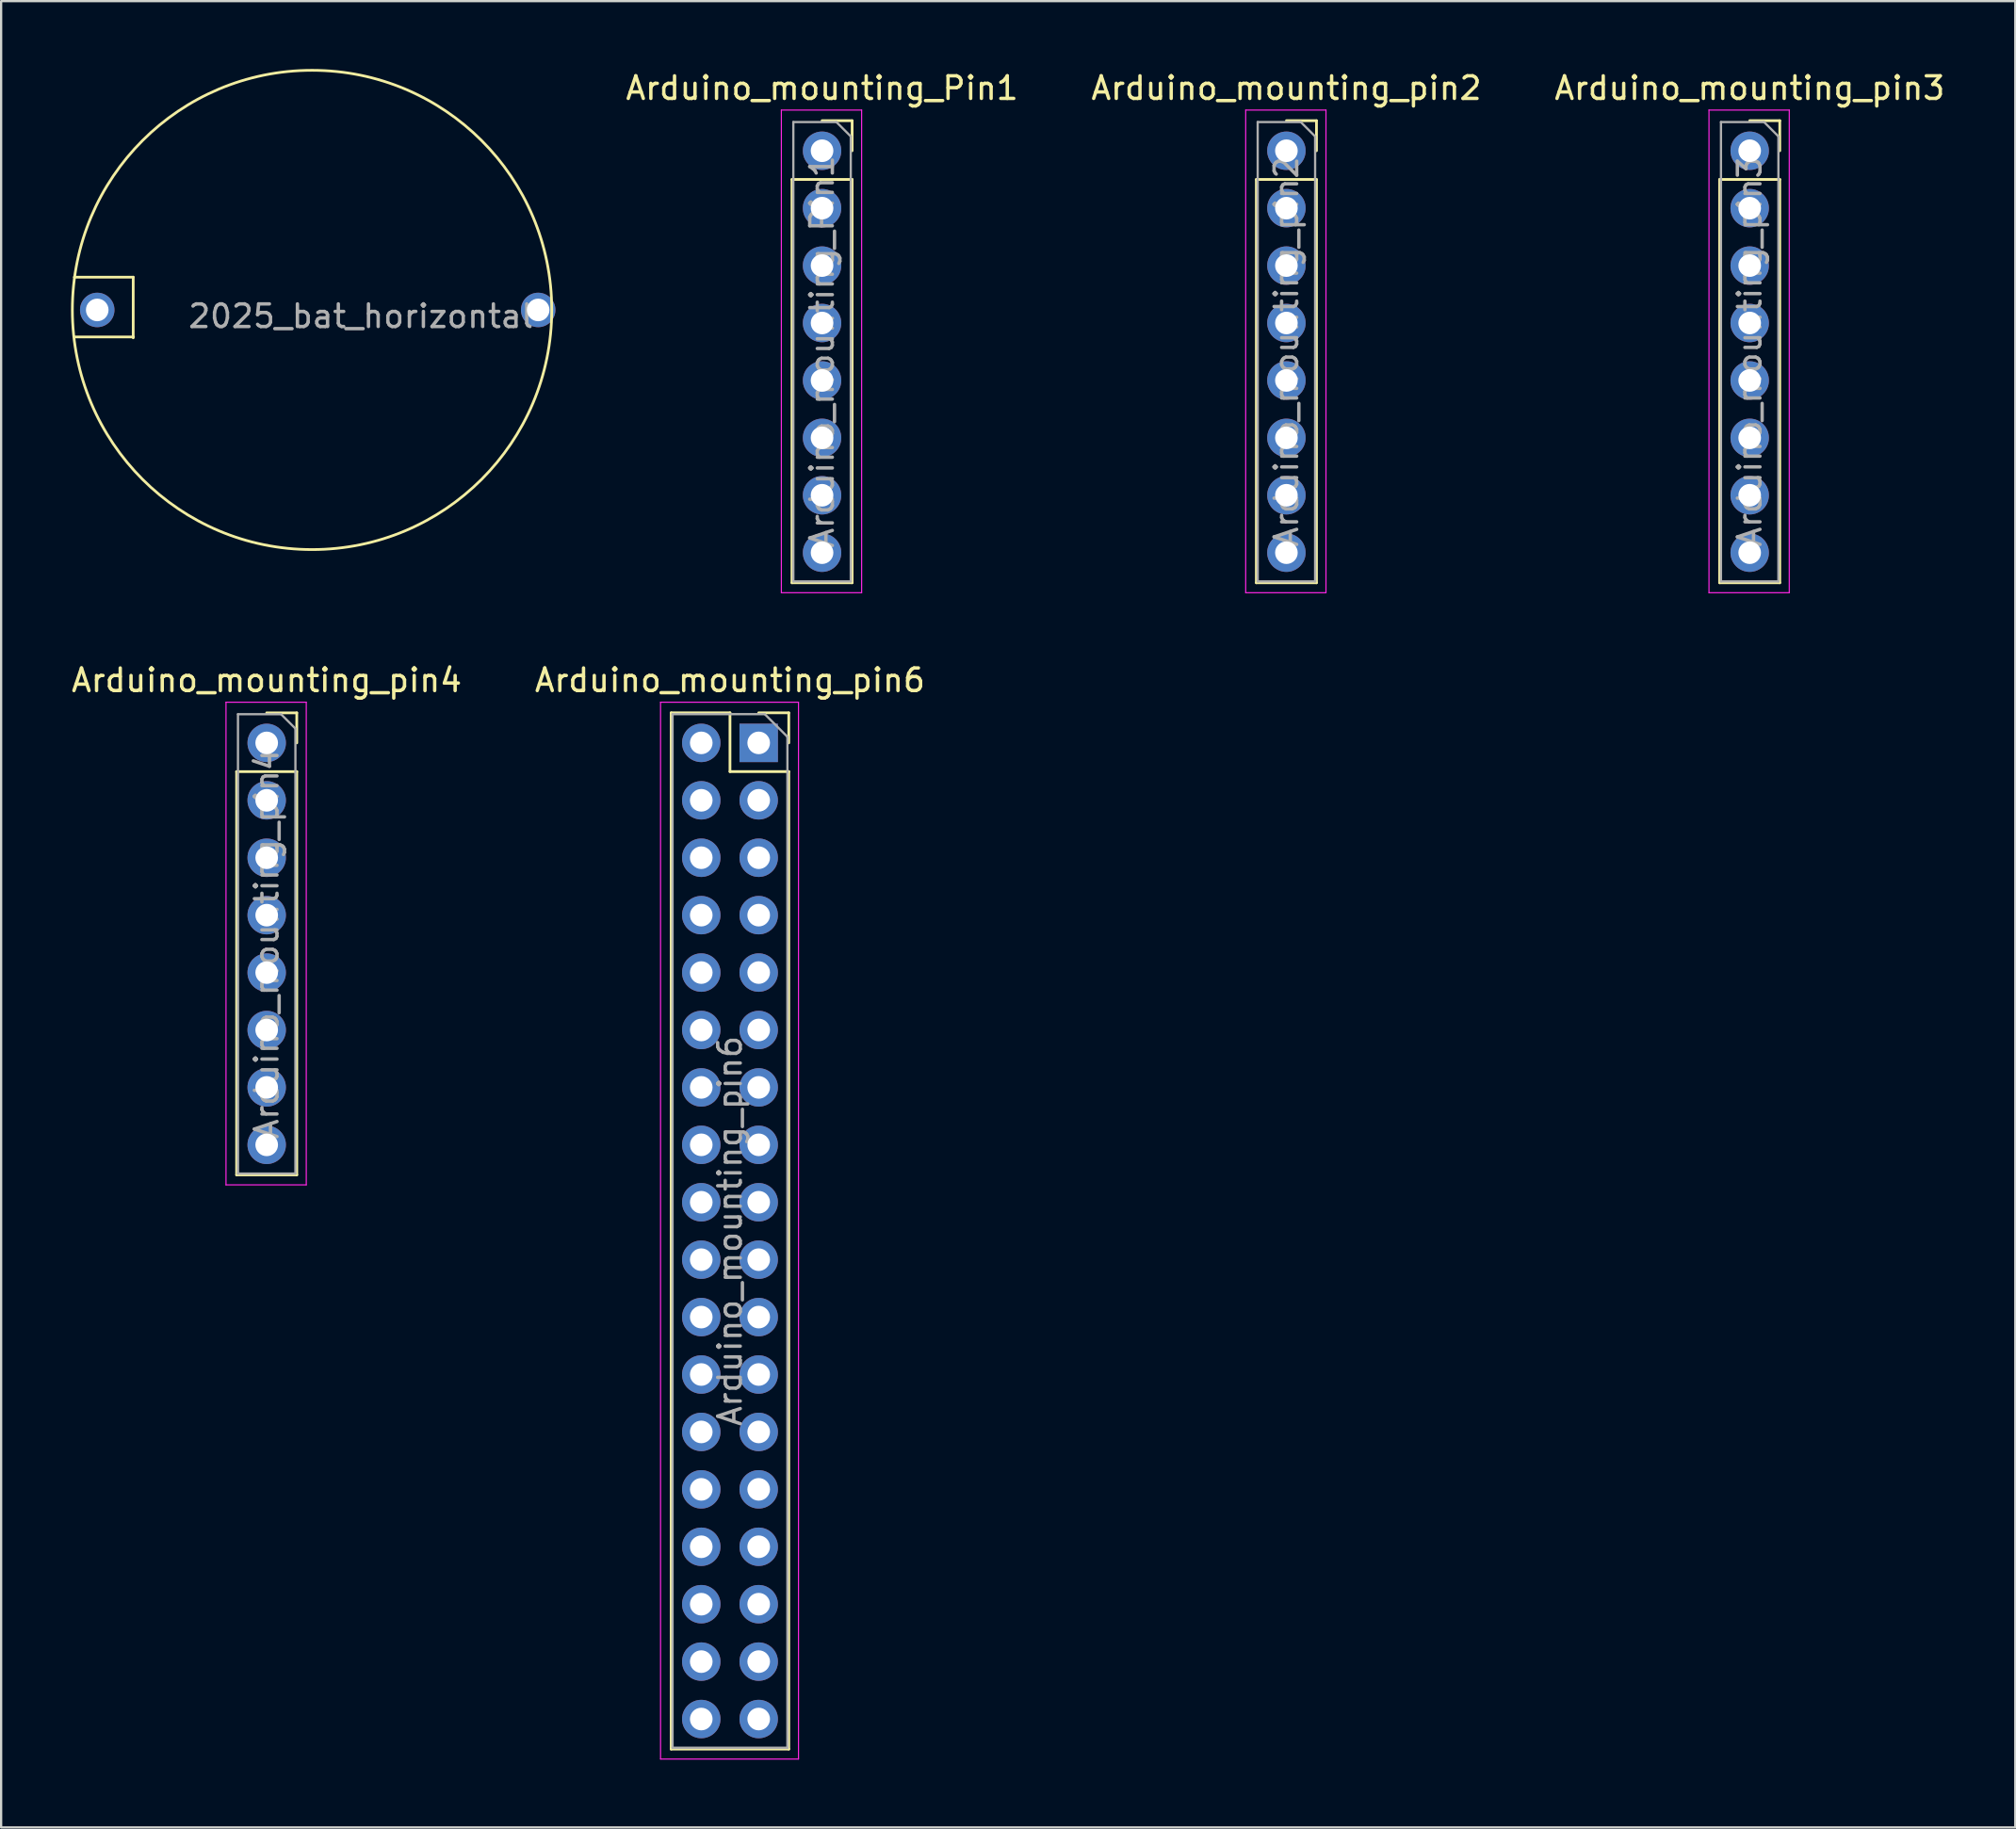
<source format=kicad_pcb>
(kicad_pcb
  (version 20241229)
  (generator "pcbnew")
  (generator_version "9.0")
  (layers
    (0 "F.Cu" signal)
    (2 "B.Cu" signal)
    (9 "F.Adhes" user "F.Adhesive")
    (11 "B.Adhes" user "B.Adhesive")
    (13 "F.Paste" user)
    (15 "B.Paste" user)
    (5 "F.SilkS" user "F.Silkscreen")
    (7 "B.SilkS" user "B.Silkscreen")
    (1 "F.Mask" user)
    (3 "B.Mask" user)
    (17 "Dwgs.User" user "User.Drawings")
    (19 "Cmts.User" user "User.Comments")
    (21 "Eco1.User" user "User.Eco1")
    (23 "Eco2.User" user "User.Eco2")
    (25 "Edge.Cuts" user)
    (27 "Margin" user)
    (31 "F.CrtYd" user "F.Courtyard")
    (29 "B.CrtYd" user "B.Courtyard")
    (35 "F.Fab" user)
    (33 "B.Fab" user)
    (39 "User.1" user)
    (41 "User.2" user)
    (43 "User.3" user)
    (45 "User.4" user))
  (footprint "Arduino_mounting_pin4"
    (layer "F.Cu")
    (at 8.744 32.352)
    (property "Reference" "Arduino_mounting_pin4" (at 0 -5.31 0) (layer "F.SilkS") (effects (font (size 1 1) (thickness 0.15))))
    (attr through_hole)
    (fp_line (start -1.33 -1.27) (end -1.33 16.57) (stroke (width 0.12) (type solid)) (layer "F.SilkS"))
    (fp_line (start -1.33 -1.27) (end 1.33 -1.27) (stroke (width 0.12) (type solid)) (layer "F.SilkS"))
    (fp_line (start -1.33 16.57) (end 1.33 16.57) (stroke (width 0.12) (type solid)) (layer "F.SilkS"))
    (fp_line (start 0 -3.87) (end 1.33 -3.87) (stroke (width 0.12) (type solid)) (layer "F.SilkS"))
    (fp_line (start 1.33 -3.87) (end 1.33 -2.54) (stroke (width 0.12) (type solid)) (layer "F.SilkS"))
    (fp_line (start 1.33 -1.27) (end 1.33 16.57) (stroke (width 0.12) (type solid)) (layer "F.SilkS"))
    (fp_line (start -1.8 -4.34) (end 1.75 -4.34) (stroke (width 0.05) (type solid)) (layer "F.CrtYd"))
    (fp_line (start -1.8 17.01) (end -1.8 -4.34) (stroke (width 0.05) (type solid)) (layer "F.CrtYd"))
    (fp_line (start 1.75 -4.34) (end 1.75 17.01) (stroke (width 0.05) (type solid)) (layer "F.CrtYd"))
    (fp_line (start 1.75 17.01) (end -1.8 17.01) (stroke (width 0.05) (type solid)) (layer "F.CrtYd"))
    (fp_line (start -1.27 -3.81) (end 0.635 -3.81) (stroke (width 0.1) (type solid)) (layer "F.Fab"))
    (fp_line (start -1.27 16.51) (end -1.27 -3.81) (stroke (width 0.1) (type solid)) (layer "F.Fab"))
    (fp_line (start 0.635 -3.81) (end 1.27 -3.175) (stroke (width 0.1) (type solid)) (layer "F.Fab"))
    (fp_line (start 1.27 -3.175) (end 1.27 16.51) (stroke (width 0.1) (type solid)) (layer "F.Fab"))
    (fp_line (start 1.27 16.51) (end -1.27 16.51) (stroke (width 0.1) (type solid)) (layer "F.Fab"))
    (fp_text user "${REFERENCE}" (at 0 6.35 90) (layer "F.Fab") (effects (font (size 1 1) (thickness 0.15))))
    (pad "0" thru_hole oval (at 0 15.24) (size 1.7 1.7) (drill 1) (layers "*.Cu" "*.Mask"))
    (pad "1" thru_hole oval (at 0 12.7) (size 1.7 1.7) (drill 1) (layers "*.Cu" "*.Mask"))
    (pad "2" thru_hole oval (at 0 10.16) (size 1.7 1.7) (drill 1) (layers "*.Cu" "*.Mask"))
    (pad "3" thru_hole oval (at 0 7.62) (size 1.7 1.7) (drill 1) (layers "*.Cu" "*.Mask"))
    (pad "4" thru_hole oval (at 0 5.08) (size 1.7 1.7) (drill 1) (layers "*.Cu" "*.Mask"))
    (pad "5" thru_hole oval (at 0 2.54) (size 1.7 1.7) (drill 1) (layers "*.Cu" "*.Mask"))
    (pad "6" thru_hole oval (at 0 0) (size 1.7 1.7) (drill 1) (layers "*.Cu" "*.Mask"))
    (pad "7" thru_hole circle (at 0 -2.54) (size 1.7 1.7) (drill 1) (layers "*.Cu" "*.Mask")))
  (footprint "Arduino_mounting_pin3"
    (layer "F.Cu")
    (at 74.327 6.158)
    (property "Reference" "Arduino_mounting_pin3" (at 0 -5.31 0) (layer "F.SilkS") (effects (font (size 1 1) (thickness 0.15))))
    (attr through_hole)
    (fp_line (start -1.33 -1.27) (end -1.33 16.57) (stroke (width 0.12) (type solid)) (layer "F.SilkS"))
    (fp_line (start -1.33 -1.27) (end 1.33 -1.27) (stroke (width 0.12) (type solid)) (layer "F.SilkS"))
    (fp_line (start -1.33 16.57) (end 1.33 16.57) (stroke (width 0.12) (type solid)) (layer "F.SilkS"))
    (fp_line (start 0 -3.87) (end 1.33 -3.87) (stroke (width 0.12) (type solid)) (layer "F.SilkS"))
    (fp_line (start 1.33 -3.87) (end 1.33 -2.54) (stroke (width 0.12) (type solid)) (layer "F.SilkS"))
    (fp_line (start 1.33 -1.27) (end 1.33 16.57) (stroke (width 0.12) (type solid)) (layer "F.SilkS"))
    (fp_line (start -1.8 -4.34) (end 1.75 -4.34) (stroke (width 0.05) (type solid)) (layer "F.CrtYd"))
    (fp_line (start -1.8 17.01) (end -1.8 -4.34) (stroke (width 0.05) (type solid)) (layer "F.CrtYd"))
    (fp_line (start 1.75 -4.34) (end 1.75 17.01) (stroke (width 0.05) (type solid)) (layer "F.CrtYd"))
    (fp_line (start 1.75 17.01) (end -1.8 17.01) (stroke (width 0.05) (type solid)) (layer "F.CrtYd"))
    (fp_line (start -1.27 -3.81) (end 0.635 -3.81) (stroke (width 0.1) (type solid)) (layer "F.Fab"))
    (fp_line (start -1.27 16.51) (end -1.27 -3.81) (stroke (width 0.1) (type solid)) (layer "F.Fab"))
    (fp_line (start 0.635 -3.81) (end 1.27 -3.175) (stroke (width 0.1) (type solid)) (layer "F.Fab"))
    (fp_line (start 1.27 -3.175) (end 1.27 16.51) (stroke (width 0.1) (type solid)) (layer "F.Fab"))
    (fp_line (start 1.27 16.51) (end -1.27 16.51) (stroke (width 0.1) (type solid)) (layer "F.Fab"))
    (fp_text user "${REFERENCE}" (at 0 6.35 90) (layer "F.Fab") (effects (font (size 1 1) (thickness 0.15))))
    (pad "A8" thru_hole circle (at 0 -2.54) (size 1.7 1.7) (drill 1) (layers "*.Cu" "*.Mask"))
    (pad "A9" thru_hole oval (at 0 0) (size 1.7 1.7) (drill 1) (layers "*.Cu" "*.Mask"))
    (pad "A10" thru_hole oval (at 0 2.54) (size 1.7 1.7) (drill 1) (layers "*.Cu" "*.Mask"))
    (pad "A11" thru_hole oval (at 0 5.08) (size 1.7 1.7) (drill 1) (layers "*.Cu" "*.Mask"))
    (pad "CANRX" thru_hole oval (at 0 12.7) (size 1.7 1.7) (drill 1) (layers "*.Cu" "*.Mask"))
    (pad "CANTX" thru_hole oval (at 0 15.24) (size 1.7 1.7) (drill 1) (layers "*.Cu" "*.Mask"))
    (pad "DAC0" thru_hole oval (at 0 7.62) (size 1.7 1.7) (drill 1) (layers "*.Cu" "*.Mask"))
    (pad "DAC1" thru_hole oval (at 0 10.16) (size 1.7 1.7) (drill 1) (layers "*.Cu" "*.Mask")))
  (footprint "Arduino_mounting_pin6"
    (layer "F.Cu")
    (at 30.502 29.811)
    (property "Reference" "Arduino_mounting_pin6" (at -1.27 -2.77 0) (layer "F.SilkS") (effects (font (size 1 1) (thickness 0.15))))
    (attr through_hole)
    (fp_line (start -3.87 -1.33) (end -3.87 44.51) (stroke (width 0.12) (type solid)) (layer "F.SilkS"))
    (fp_line (start -3.87 -1.33) (end -1.27 -1.33) (stroke (width 0.12) (type solid)) (layer "F.SilkS"))
    (fp_line (start -3.87 44.51) (end 1.33 44.51) (stroke (width 0.12) (type solid)) (layer "F.SilkS"))
    (fp_line (start -1.27 -1.33) (end -1.27 1.27) (stroke (width 0.12) (type solid)) (layer "F.SilkS"))
    (fp_line (start -1.27 1.27) (end 1.33 1.27) (stroke (width 0.12) (type solid)) (layer "F.SilkS"))
    (fp_line (start 0 -1.33) (end 1.33 -1.33) (stroke (width 0.12) (type solid)) (layer "F.SilkS"))
    (fp_line (start 1.33 -1.33) (end 1.33 0) (stroke (width 0.12) (type solid)) (layer "F.SilkS"))
    (fp_line (start 1.33 1.27) (end 1.33 44.51) (stroke (width 0.12) (type solid)) (layer "F.SilkS"))
    (fp_line (start -4.34 -1.8) (end 1.76 -1.8) (stroke (width 0.05) (type solid)) (layer "F.CrtYd"))
    (fp_line (start -4.34 44.95) (end -4.34 -1.8) (stroke (width 0.05) (type solid)) (layer "F.CrtYd"))
    (fp_line (start 1.76 -1.8) (end 1.76 44.95) (stroke (width 0.05) (type solid)) (layer "F.CrtYd"))
    (fp_line (start 1.76 44.95) (end -4.34 44.95) (stroke (width 0.05) (type solid)) (layer "F.CrtYd"))
    (fp_line (start -3.81 -1.27) (end 0.27 -1.27) (stroke (width 0.1) (type solid)) (layer "F.Fab"))
    (fp_line (start -3.81 44.45) (end -3.81 -1.27) (stroke (width 0.1) (type solid)) (layer "F.Fab"))
    (fp_line (start 0.27 -1.27) (end 1.27 -0.27) (stroke (width 0.1) (type solid)) (layer "F.Fab"))
    (fp_line (start 1.27 -0.27) (end 1.27 44.45) (stroke (width 0.1) (type solid)) (layer "F.Fab"))
    (fp_line (start 1.27 44.45) (end -3.81 44.45) (stroke (width 0.1) (type solid)) (layer "F.Fab"))
    (fp_text user "${REFERENCE}" (at -1.27 21.59 90) (layer "F.Fab") (effects (font (size 1 1) (thickness 0.15))))
    (pad "5v" thru_hole oval (at -2.54 43.18) (size 1.7 1.7) (drill 1) (layers "*.Cu" "*.Mask"))
    (pad "5v" thru_hole oval (at 0 43.18) (size 1.7 1.7) (drill 1) (layers "*.Cu" "*.Mask"))
    (pad "22" thru_hole oval (at 0 40.64) (size 1.7 1.7) (drill 1) (layers "*.Cu" "*.Mask"))
    (pad "23" thru_hole oval (at -2.54 40.64) (size 1.7 1.7) (drill 1) (layers "*.Cu" "*.Mask"))
    (pad "24" thru_hole oval (at 0 38.1) (size 1.7 1.7) (drill 1) (layers "*.Cu" "*.Mask"))
    (pad "25" thru_hole oval (at -2.54 38.1) (size 1.7 1.7) (drill 1) (layers "*.Cu" "*.Mask"))
    (pad "26" thru_hole oval (at 0 35.56) (size 1.7 1.7) (drill 1) (layers "*.Cu" "*.Mask"))
    (pad "27" thru_hole oval (at -2.54 35.56) (size 1.7 1.7) (drill 1) (layers "*.Cu" "*.Mask"))
    (pad "28" thru_hole oval (at 0 33.02) (size 1.7 1.7) (drill 1) (layers "*.Cu" "*.Mask"))
    (pad "29" thru_hole oval (at -2.54 33.02) (size 1.7 1.7) (drill 1) (layers "*.Cu" "*.Mask"))
    (pad "30" thru_hole oval (at 0 30.48) (size 1.7 1.7) (drill 1) (layers "*.Cu" "*.Mask"))
    (pad "31" thru_hole oval (at -2.54 30.48) (size 1.7 1.7) (drill 1) (layers "*.Cu" "*.Mask"))
    (pad "32" thru_hole oval (at 0 27.94) (size 1.7 1.7) (drill 1) (layers "*.Cu" "*.Mask"))
    (pad "33" thru_hole oval (at -2.54 27.94) (size 1.7 1.7) (drill 1) (layers "*.Cu" "*.Mask"))
    (pad "34" thru_hole oval (at 0 25.4) (size 1.7 1.7) (drill 1) (layers "*.Cu" "*.Mask"))
    (pad "35" thru_hole oval (at -2.54 25.4) (size 1.7 1.7) (drill 1) (layers "*.Cu" "*.Mask"))
    (pad "36" thru_hole oval (at 0 22.86) (size 1.7 1.7) (drill 1) (layers "*.Cu" "*.Mask"))
    (pad "37" thru_hole oval (at -2.54 22.86) (size 1.7 1.7) (drill 1) (layers "*.Cu" "*.Mask"))
    (pad "38" thru_hole oval (at 0 20.32) (size 1.7 1.7) (drill 1) (layers "*.Cu" "*.Mask"))
    (pad "39" thru_hole oval (at -2.54 20.32) (size 1.7 1.7) (drill 1) (layers "*.Cu" "*.Mask"))
    (pad "40" thru_hole oval (at 0 17.78) (size 1.7 1.7) (drill 1) (layers "*.Cu" "*.Mask"))
    (pad "41" thru_hole oval (at -2.54 17.78) (size 1.7 1.7) (drill 1) (layers "*.Cu" "*.Mask"))
    (pad "42" thru_hole oval (at 0 15.24) (size 1.7 1.7) (drill 1) (layers "*.Cu" "*.Mask"))
    (pad "43" thru_hole oval (at -2.54 15.24) (size 1.7 1.7) (drill 1) (layers "*.Cu" "*.Mask"))
    (pad "44" thru_hole oval (at 0 12.7) (size 1.7 1.7) (drill 1) (layers "*.Cu" "*.Mask"))
    (pad "45" thru_hole oval (at -2.54 12.7) (size 1.7 1.7) (drill 1) (layers "*.Cu" "*.Mask"))
    (pad "46" thru_hole oval (at 0 10.16) (size 1.7 1.7) (drill 1) (layers "*.Cu" "*.Mask"))
    (pad "47" thru_hole oval (at -2.54 10.16) (size 1.7 1.7) (drill 1) (layers "*.Cu" "*.Mask"))
    (pad "48" thru_hole oval (at 0 7.62) (size 1.7 1.7) (drill 1) (layers "*.Cu" "*.Mask"))
    (pad "49" thru_hole oval (at -2.54 7.62) (size 1.7 1.7) (drill 1) (layers "*.Cu" "*.Mask"))
    (pad "50" thru_hole oval (at 0 5.08) (size 1.7 1.7) (drill 1) (layers "*.Cu" "*.Mask"))
    (pad "51" thru_hole oval (at -2.54 5.08) (size 1.7 1.7) (drill 1) (layers "*.Cu" "*.Mask"))
    (pad "52" thru_hole oval (at 0 2.54) (size 1.7 1.7) (drill 1) (layers "*.Cu" "*.Mask"))
    (pad "53" thru_hole oval (at -2.54 2.54) (size 1.7 1.7) (drill 1) (layers "*.Cu" "*.Mask"))
    (pad "GND" thru_hole oval (at -2.54 0) (size 1.7 1.7) (drill 1) (layers "*.Cu" "*.Mask"))
    (pad "GND" thru_hole rect (at 0 0) (size 1.7 1.7) (drill 1) (layers "*.Cu" "*.Mask")))
  (footprint "Arduino_mounting_Pin1"
    (layer "F.Cu")
    (at 33.304 6.158)
    (property "Reference" "Arduino_mounting_Pin1" (at 0 -5.31 0) (layer "F.SilkS") (effects (font (size 1 1) (thickness 0.15))))
    (attr through_hole)
    (fp_line (start -1.33 -1.27) (end -1.33 16.57) (stroke (width 0.12) (type solid)) (layer "F.SilkS"))
    (fp_line (start -1.33 -1.27) (end 1.33 -1.27) (stroke (width 0.12) (type solid)) (layer "F.SilkS"))
    (fp_line (start -1.33 16.57) (end 1.33 16.57) (stroke (width 0.12) (type solid)) (layer "F.SilkS"))
    (fp_line (start 0 -3.87) (end 1.33 -3.87) (stroke (width 0.12) (type solid)) (layer "F.SilkS"))
    (fp_line (start 1.33 -3.87) (end 1.33 -2.54) (stroke (width 0.12) (type solid)) (layer "F.SilkS"))
    (fp_line (start 1.33 -1.27) (end 1.33 16.57) (stroke (width 0.12) (type solid)) (layer "F.SilkS"))
    (fp_line (start -1.8 -4.34) (end 1.75 -4.34) (stroke (width 0.05) (type solid)) (layer "F.CrtYd"))
    (fp_line (start -1.8 17.01) (end -1.8 -4.34) (stroke (width 0.05) (type solid)) (layer "F.CrtYd"))
    (fp_line (start 1.75 -4.34) (end 1.75 17.01) (stroke (width 0.05) (type solid)) (layer "F.CrtYd"))
    (fp_line (start 1.75 17.01) (end -1.8 17.01) (stroke (width 0.05) (type solid)) (layer "F.CrtYd"))
    (fp_line (start -1.27 -3.81) (end 0.635 -3.81) (stroke (width 0.1) (type solid)) (layer "F.Fab"))
    (fp_line (start -1.27 16.51) (end -1.27 -3.81) (stroke (width 0.1) (type solid)) (layer "F.Fab"))
    (fp_line (start 0.635 -3.81) (end 1.27 -3.175) (stroke (width 0.1) (type solid)) (layer "F.Fab"))
    (fp_line (start 1.27 -3.175) (end 1.27 16.51) (stroke (width 0.1) (type solid)) (layer "F.Fab"))
    (fp_line (start 1.27 16.51) (end -1.27 16.51) (stroke (width 0.1) (type solid)) (layer "F.Fab"))
    (fp_text user "${REFERENCE}" (at 0 6.35 90) (layer "F.Fab") (effects (font (size 1 1) (thickness 0.15))))
    (pad "1" thru_hole circle (at 0 -2.54) (size 1.7 1.7) (drill 1) (layers "*.Cu" "*.Mask"))
    (pad "3.3V" thru_hole oval (at 0 5.08) (size 1.7 1.7) (drill 1) (layers "*.Cu" "*.Mask"))
    (pad "5V" thru_hole oval (at 0 7.62) (size 1.7 1.7) (drill 1) (layers "*.Cu" "*.Mask"))
    (pad "GND" thru_hole oval (at 0 10.16) (size 1.7 1.7) (drill 1) (layers "*.Cu" "*.Mask"))
    (pad "GND" thru_hole oval (at 0 12.7) (size 1.7 1.7) (drill 1) (layers "*.Cu" "*.Mask"))
    (pad "IoREF" thru_hole oval (at 0 0) (size 1.7 1.7) (drill 1) (layers "*.Cu" "*.Mask"))
    (pad "RESET" thru_hole oval (at 0 2.54) (size 1.7 1.7) (drill 1) (layers "*.Cu" "*.Mask"))
    (pad "VIN" thru_hole oval (at 0 15.24) (size 1.7 1.7) (drill 1) (layers "*.Cu" "*.Mask")))
  (footprint "2025_bat_horizontal"
    (layer "F.Cu")
    (at 0.25 10.66)
    (property "Reference" "2025_bat_horizontal" (at 12.662 0.277 0) (layer "F.Fab") (effects (font (size 1 1) (thickness 0.15))))
    (attr through_hole)
    (fp_line (start -0.013 -1.45) (end 2.591 -1.45) (stroke (width 0.12) (type solid)) (layer "F.SilkS"))
    (fp_line (start 0 1.194) (end 2.603 1.194) (stroke (width 0.12) (type solid)) (layer "F.SilkS"))
    (fp_line (start 2.591 -1.45) (end 2.591 1.232) (stroke (width 0.12) (type solid)) (layer "F.SilkS"))
    (fp_circle (center 10.5 0) (end 21.1 0) (stroke (width 0.12) (type solid)) (fill no) (layer "F.SilkS"))
    (pad "1" thru_hole circle (at 1 0) (size 1.524 1.524) (drill 1) (layers "*.Cu" "*.Mask"))
    (pad "2" thru_hole circle (at 20.5 0) (size 1.524 1.524) (drill 1) (layers "*.Cu" "*.Mask")))
  (footprint "Arduino_mounting_pin2"
    (layer "F.Cu")
    (at 53.839 6.158)
    (property "Reference" "Arduino_mounting_pin2" (at 0 -5.31 0) (layer "F.SilkS") (effects (font (size 1 1) (thickness 0.15))))
    (attr through_hole)
    (fp_line (start -1.33 -1.27) (end -1.33 16.57) (stroke (width 0.12) (type solid)) (layer "F.SilkS"))
    (fp_line (start -1.33 -1.27) (end 1.33 -1.27) (stroke (width 0.12) (type solid)) (layer "F.SilkS"))
    (fp_line (start -1.33 16.57) (end 1.33 16.57) (stroke (width 0.12) (type solid)) (layer "F.SilkS"))
    (fp_line (start 0 -3.87) (end 1.33 -3.87) (stroke (width 0.12) (type solid)) (layer "F.SilkS"))
    (fp_line (start 1.33 -3.87) (end 1.33 -2.54) (stroke (width 0.12) (type solid)) (layer "F.SilkS"))
    (fp_line (start 1.33 -1.27) (end 1.33 16.57) (stroke (width 0.12) (type solid)) (layer "F.SilkS"))
    (fp_line (start -1.8 -4.34) (end 1.75 -4.34) (stroke (width 0.05) (type solid)) (layer "F.CrtYd"))
    (fp_line (start -1.8 17.01) (end -1.8 -4.34) (stroke (width 0.05) (type solid)) (layer "F.CrtYd"))
    (fp_line (start 1.75 -4.34) (end 1.75 17.01) (stroke (width 0.05) (type solid)) (layer "F.CrtYd"))
    (fp_line (start 1.75 17.01) (end -1.8 17.01) (stroke (width 0.05) (type solid)) (layer "F.CrtYd"))
    (fp_line (start -1.27 -3.81) (end 0.635 -3.81) (stroke (width 0.1) (type solid)) (layer "F.Fab"))
    (fp_line (start -1.27 16.51) (end -1.27 -3.81) (stroke (width 0.1) (type solid)) (layer "F.Fab"))
    (fp_line (start 0.635 -3.81) (end 1.27 -3.175) (stroke (width 0.1) (type solid)) (layer "F.Fab"))
    (fp_line (start 1.27 -3.175) (end 1.27 16.51) (stroke (width 0.1) (type solid)) (layer "F.Fab"))
    (fp_line (start 1.27 16.51) (end -1.27 16.51) (stroke (width 0.1) (type solid)) (layer "F.Fab"))
    (fp_text user "${REFERENCE}" (at 0 6.35 90) (layer "F.Fab") (effects (font (size 1 1) (thickness 0.15))))
    (pad "A0" thru_hole circle (at 0 -2.54) (size 1.7 1.7) (drill 1) (layers "*.Cu" "*.Mask"))
    (pad "A1" thru_hole oval (at 0 0) (size 1.7 1.7) (drill 1) (layers "*.Cu" "*.Mask"))
    (pad "A2" thru_hole oval (at 0 2.54) (size 1.7 1.7) (drill 1) (layers "*.Cu" "*.Mask"))
    (pad "A3" thru_hole oval (at 0 5.08) (size 1.7 1.7) (drill 1) (layers "*.Cu" "*.Mask"))
    (pad "A4" thru_hole oval (at 0 7.62) (size 1.7 1.7) (drill 1) (layers "*.Cu" "*.Mask"))
    (pad "A5" thru_hole oval (at 0 10.16) (size 1.7 1.7) (drill 1) (layers "*.Cu" "*.Mask"))
    (pad "A6" thru_hole oval (at 0 12.7) (size 1.7 1.7) (drill 1) (layers "*.Cu" "*.Mask"))
    (pad "A7" thru_hole oval (at 0 15.24) (size 1.7 1.7) (drill 1) (layers "*.Cu" "*.Mask")))
  (gr_rect
    (start -3 -3)
    (end 86.072 77.787)
    (stroke (width 0.1) (type default))
    (fill no)
    (layer "Edge.Cuts")))
</source>
